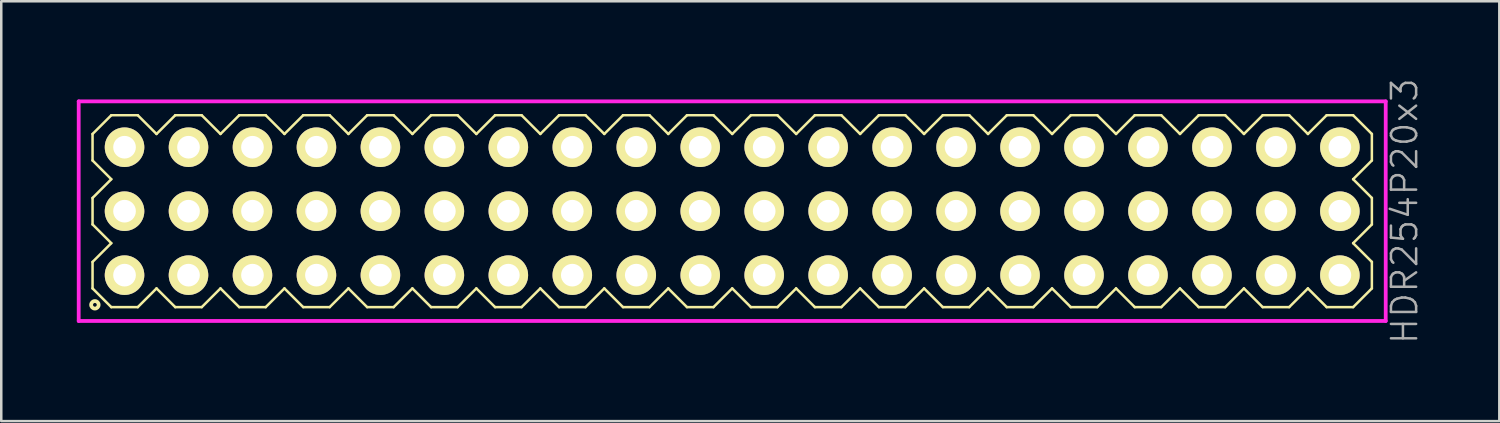
<source format=kicad_pcb>
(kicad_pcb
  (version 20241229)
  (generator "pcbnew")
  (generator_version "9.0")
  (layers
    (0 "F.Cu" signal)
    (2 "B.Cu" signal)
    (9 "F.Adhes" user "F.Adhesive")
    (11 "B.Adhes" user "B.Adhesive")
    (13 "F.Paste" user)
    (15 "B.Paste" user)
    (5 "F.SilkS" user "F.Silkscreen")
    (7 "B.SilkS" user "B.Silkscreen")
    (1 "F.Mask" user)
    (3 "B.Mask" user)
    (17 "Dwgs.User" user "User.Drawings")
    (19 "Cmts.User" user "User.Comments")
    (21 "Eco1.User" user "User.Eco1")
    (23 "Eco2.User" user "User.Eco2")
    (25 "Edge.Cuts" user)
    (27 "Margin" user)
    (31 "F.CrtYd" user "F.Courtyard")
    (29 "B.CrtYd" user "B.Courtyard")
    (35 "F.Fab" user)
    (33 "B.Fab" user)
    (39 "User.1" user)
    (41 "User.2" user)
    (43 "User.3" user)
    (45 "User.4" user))
  (footprint "HDR254P20x3"
    (layer "F.Cu")
    (at 26.025 5.336)
    (property "Reference" "HDR254P20x3" (at 26.7 0 90) (layer "F.Fab") (effects (font (size 1 1) (thickness 0.1))))
    (attr through_hole)
    (fp_line (start -25.4 -3.066) (end -24.656 -3.81) (stroke (width 0.1) (type solid)) (layer "F.SilkS"))
    (fp_line (start -25.4 -2.014) (end -25.4 -3.066) (stroke (width 0.1) (type solid)) (layer "F.SilkS"))
    (fp_line (start -25.4 -0.526) (end -24.656 -1.27) (stroke (width 0.1) (type solid)) (layer "F.SilkS"))
    (fp_line (start -25.4 0.526) (end -25.4 -0.526) (stroke (width 0.1) (type solid)) (layer "F.SilkS"))
    (fp_line (start -25.4 2.014) (end -24.656 1.27) (stroke (width 0.1) (type solid)) (layer "F.SilkS"))
    (fp_line (start -25.4 3.066) (end -25.4 2.014) (stroke (width 0.1) (type solid)) (layer "F.SilkS"))
    (fp_line (start -24.656 -3.81) (end -23.604 -3.81) (stroke (width 0.1) (type solid)) (layer "F.SilkS"))
    (fp_line (start -24.656 -1.27) (end -25.4 -2.014) (stroke (width 0.1) (type solid)) (layer "F.SilkS"))
    (fp_line (start -24.656 1.27) (end -25.4 0.526) (stroke (width 0.1) (type solid)) (layer "F.SilkS"))
    (fp_line (start -24.656 3.81) (end -25.4 3.066) (stroke (width 0.1) (type solid)) (layer "F.SilkS"))
    (fp_line (start -23.604 -3.81) (end -22.86 -3.066) (stroke (width 0.1) (type solid)) (layer "F.SilkS"))
    (fp_line (start -23.604 3.81) (end -24.656 3.81) (stroke (width 0.1) (type solid)) (layer "F.SilkS"))
    (fp_line (start -22.86 -3.066) (end -22.116 -3.81) (stroke (width 0.1) (type solid)) (layer "F.SilkS"))
    (fp_line (start -22.86 3.066) (end -23.604 3.81) (stroke (width 0.1) (type solid)) (layer "F.SilkS"))
    (fp_line (start -22.116 -3.81) (end -21.064 -3.81) (stroke (width 0.1) (type solid)) (layer "F.SilkS"))
    (fp_line (start -22.116 3.81) (end -22.86 3.066) (stroke (width 0.1) (type solid)) (layer "F.SilkS"))
    (fp_line (start -21.064 -3.81) (end -20.32 -3.066) (stroke (width 0.1) (type solid)) (layer "F.SilkS"))
    (fp_line (start -21.064 3.81) (end -22.116 3.81) (stroke (width 0.1) (type solid)) (layer "F.SilkS"))
    (fp_line (start -20.32 -3.066) (end -19.576 -3.81) (stroke (width 0.1) (type solid)) (layer "F.SilkS"))
    (fp_line (start -20.32 3.066) (end -21.064 3.81) (stroke (width 0.1) (type solid)) (layer "F.SilkS"))
    (fp_line (start -19.576 -3.81) (end -18.524 -3.81) (stroke (width 0.1) (type solid)) (layer "F.SilkS"))
    (fp_line (start -19.576 3.81) (end -20.32 3.066) (stroke (width 0.1) (type solid)) (layer "F.SilkS"))
    (fp_line (start -18.524 -3.81) (end -17.78 -3.066) (stroke (width 0.1) (type solid)) (layer "F.SilkS"))
    (fp_line (start -18.524 3.81) (end -19.576 3.81) (stroke (width 0.1) (type solid)) (layer "F.SilkS"))
    (fp_line (start -17.78 -3.066) (end -17.036 -3.81) (stroke (width 0.1) (type solid)) (layer "F.SilkS"))
    (fp_line (start -17.78 3.066) (end -18.524 3.81) (stroke (width 0.1) (type solid)) (layer "F.SilkS"))
    (fp_line (start -17.036 -3.81) (end -15.984 -3.81) (stroke (width 0.1) (type solid)) (layer "F.SilkS"))
    (fp_line (start -17.036 3.81) (end -17.78 3.066) (stroke (width 0.1) (type solid)) (layer "F.SilkS"))
    (fp_line (start -15.984 -3.81) (end -15.24 -3.066) (stroke (width 0.1) (type solid)) (layer "F.SilkS"))
    (fp_line (start -15.984 3.81) (end -17.036 3.81) (stroke (width 0.1) (type solid)) (layer "F.SilkS"))
    (fp_line (start -15.24 -3.066) (end -14.496 -3.81) (stroke (width 0.1) (type solid)) (layer "F.SilkS"))
    (fp_line (start -15.24 3.066) (end -15.984 3.81) (stroke (width 0.1) (type solid)) (layer "F.SilkS"))
    (fp_line (start -14.496 -3.81) (end -13.444 -3.81) (stroke (width 0.1) (type solid)) (layer "F.SilkS"))
    (fp_line (start -14.496 3.81) (end -15.24 3.066) (stroke (width 0.1) (type solid)) (layer "F.SilkS"))
    (fp_line (start -13.444 -3.81) (end -12.7 -3.066) (stroke (width 0.1) (type solid)) (layer "F.SilkS"))
    (fp_line (start -13.444 3.81) (end -14.496 3.81) (stroke (width 0.1) (type solid)) (layer "F.SilkS"))
    (fp_line (start -12.7 -3.066) (end -11.956 -3.81) (stroke (width 0.1) (type solid)) (layer "F.SilkS"))
    (fp_line (start -12.7 3.066) (end -13.444 3.81) (stroke (width 0.1) (type solid)) (layer "F.SilkS"))
    (fp_line (start -11.956 -3.81) (end -10.904 -3.81) (stroke (width 0.1) (type solid)) (layer "F.SilkS"))
    (fp_line (start -11.956 3.81) (end -12.7 3.066) (stroke (width 0.1) (type solid)) (layer "F.SilkS"))
    (fp_line (start -10.904 -3.81) (end -10.16 -3.066) (stroke (width 0.1) (type solid)) (layer "F.SilkS"))
    (fp_line (start -10.904 3.81) (end -11.956 3.81) (stroke (width 0.1) (type solid)) (layer "F.SilkS"))
    (fp_line (start -10.16 -3.066) (end -9.416 -3.81) (stroke (width 0.1) (type solid)) (layer "F.SilkS"))
    (fp_line (start -10.16 3.066) (end -10.904 3.81) (stroke (width 0.1) (type solid)) (layer "F.SilkS"))
    (fp_line (start -9.416 -3.81) (end -8.364 -3.81) (stroke (width 0.1) (type solid)) (layer "F.SilkS"))
    (fp_line (start -9.416 3.81) (end -10.16 3.066) (stroke (width 0.1) (type solid)) (layer "F.SilkS"))
    (fp_line (start -8.364 -3.81) (end -7.62 -3.066) (stroke (width 0.1) (type solid)) (layer "F.SilkS"))
    (fp_line (start -8.364 3.81) (end -9.416 3.81) (stroke (width 0.1) (type solid)) (layer "F.SilkS"))
    (fp_line (start -7.62 -3.066) (end -6.876 -3.81) (stroke (width 0.1) (type solid)) (layer "F.SilkS"))
    (fp_line (start -7.62 3.066) (end -8.364 3.81) (stroke (width 0.1) (type solid)) (layer "F.SilkS"))
    (fp_line (start -6.876 -3.81) (end -5.824 -3.81) (stroke (width 0.1) (type solid)) (layer "F.SilkS"))
    (fp_line (start -6.876 3.81) (end -7.62 3.066) (stroke (width 0.1) (type solid)) (layer "F.SilkS"))
    (fp_line (start -5.824 -3.81) (end -5.08 -3.066) (stroke (width 0.1) (type solid)) (layer "F.SilkS"))
    (fp_line (start -5.824 3.81) (end -6.876 3.81) (stroke (width 0.1) (type solid)) (layer "F.SilkS"))
    (fp_line (start -5.08 -3.066) (end -4.336 -3.81) (stroke (width 0.1) (type solid)) (layer "F.SilkS"))
    (fp_line (start -5.08 3.066) (end -5.824 3.81) (stroke (width 0.1) (type solid)) (layer "F.SilkS"))
    (fp_line (start -4.336 -3.81) (end -3.284 -3.81) (stroke (width 0.1) (type solid)) (layer "F.SilkS"))
    (fp_line (start -4.336 3.81) (end -5.08 3.066) (stroke (width 0.1) (type solid)) (layer "F.SilkS"))
    (fp_line (start -3.284 -3.81) (end -2.54 -3.066) (stroke (width 0.1) (type solid)) (layer "F.SilkS"))
    (fp_line (start -3.284 3.81) (end -4.336 3.81) (stroke (width 0.1) (type solid)) (layer "F.SilkS"))
    (fp_line (start -2.54 -3.066) (end -1.796 -3.81) (stroke (width 0.1) (type solid)) (layer "F.SilkS"))
    (fp_line (start -2.54 3.066) (end -3.284 3.81) (stroke (width 0.1) (type solid)) (layer "F.SilkS"))
    (fp_line (start -1.796 -3.81) (end -0.744 -3.81) (stroke (width 0.1) (type solid)) (layer "F.SilkS"))
    (fp_line (start -1.796 3.81) (end -2.54 3.066) (stroke (width 0.1) (type solid)) (layer "F.SilkS"))
    (fp_line (start -0.744 -3.81) (end 0 -3.066) (stroke (width 0.1) (type solid)) (layer "F.SilkS"))
    (fp_line (start -0.744 3.81) (end -1.796 3.81) (stroke (width 0.1) (type solid)) (layer "F.SilkS"))
    (fp_line (start 0 -3.066) (end 0.744 -3.81) (stroke (width 0.1) (type solid)) (layer "F.SilkS"))
    (fp_line (start 0 3.066) (end -0.744 3.81) (stroke (width 0.1) (type solid)) (layer "F.SilkS"))
    (fp_line (start 0.744 -3.81) (end 1.796 -3.81) (stroke (width 0.1) (type solid)) (layer "F.SilkS"))
    (fp_line (start 0.744 3.81) (end 0 3.066) (stroke (width 0.1) (type solid)) (layer "F.SilkS"))
    (fp_line (start 1.796 -3.81) (end 2.54 -3.066) (stroke (width 0.1) (type solid)) (layer "F.SilkS"))
    (fp_line (start 1.796 3.81) (end 0.744 3.81) (stroke (width 0.1) (type solid)) (layer "F.SilkS"))
    (fp_line (start 2.54 -3.066) (end 3.284 -3.81) (stroke (width 0.1) (type solid)) (layer "F.SilkS"))
    (fp_line (start 2.54 3.066) (end 1.796 3.81) (stroke (width 0.1) (type solid)) (layer "F.SilkS"))
    (fp_line (start 3.284 -3.81) (end 4.336 -3.81) (stroke (width 0.1) (type solid)) (layer "F.SilkS"))
    (fp_line (start 3.284 3.81) (end 2.54 3.066) (stroke (width 0.1) (type solid)) (layer "F.SilkS"))
    (fp_line (start 4.336 -3.81) (end 5.08 -3.066) (stroke (width 0.1) (type solid)) (layer "F.SilkS"))
    (fp_line (start 4.336 3.81) (end 3.284 3.81) (stroke (width 0.1) (type solid)) (layer "F.SilkS"))
    (fp_line (start 5.08 -3.066) (end 5.824 -3.81) (stroke (width 0.1) (type solid)) (layer "F.SilkS"))
    (fp_line (start 5.08 3.066) (end 4.336 3.81) (stroke (width 0.1) (type solid)) (layer "F.SilkS"))
    (fp_line (start 5.824 -3.81) (end 6.876 -3.81) (stroke (width 0.1) (type solid)) (layer "F.SilkS"))
    (fp_line (start 5.824 3.81) (end 5.08 3.066) (stroke (width 0.1) (type solid)) (layer "F.SilkS"))
    (fp_line (start 6.876 -3.81) (end 7.62 -3.066) (stroke (width 0.1) (type solid)) (layer "F.SilkS"))
    (fp_line (start 6.876 3.81) (end 5.824 3.81) (stroke (width 0.1) (type solid)) (layer "F.SilkS"))
    (fp_line (start 7.62 -3.066) (end 8.364 -3.81) (stroke (width 0.1) (type solid)) (layer "F.SilkS"))
    (fp_line (start 7.62 3.066) (end 6.876 3.81) (stroke (width 0.1) (type solid)) (layer "F.SilkS"))
    (fp_line (start 8.364 -3.81) (end 9.416 -3.81) (stroke (width 0.1) (type solid)) (layer "F.SilkS"))
    (fp_line (start 8.364 3.81) (end 7.62 3.066) (stroke (width 0.1) (type solid)) (layer "F.SilkS"))
    (fp_line (start 9.416 -3.81) (end 10.16 -3.066) (stroke (width 0.1) (type solid)) (layer "F.SilkS"))
    (fp_line (start 9.416 3.81) (end 8.364 3.81) (stroke (width 0.1) (type solid)) (layer "F.SilkS"))
    (fp_line (start 10.16 -3.066) (end 10.904 -3.81) (stroke (width 0.1) (type solid)) (layer "F.SilkS"))
    (fp_line (start 10.16 3.066) (end 9.416 3.81) (stroke (width 0.1) (type solid)) (layer "F.SilkS"))
    (fp_line (start 10.904 -3.81) (end 11.956 -3.81) (stroke (width 0.1) (type solid)) (layer "F.SilkS"))
    (fp_line (start 10.904 3.81) (end 10.16 3.066) (stroke (width 0.1) (type solid)) (layer "F.SilkS"))
    (fp_line (start 11.956 -3.81) (end 12.7 -3.066) (stroke (width 0.1) (type solid)) (layer "F.SilkS"))
    (fp_line (start 11.956 3.81) (end 10.904 3.81) (stroke (width 0.1) (type solid)) (layer "F.SilkS"))
    (fp_line (start 12.7 -3.066) (end 13.444 -3.81) (stroke (width 0.1) (type solid)) (layer "F.SilkS"))
    (fp_line (start 12.7 3.066) (end 11.956 3.81) (stroke (width 0.1) (type solid)) (layer "F.SilkS"))
    (fp_line (start 13.444 -3.81) (end 14.496 -3.81) (stroke (width 0.1) (type solid)) (layer "F.SilkS"))
    (fp_line (start 13.444 3.81) (end 12.7 3.066) (stroke (width 0.1) (type solid)) (layer "F.SilkS"))
    (fp_line (start 14.496 -3.81) (end 15.24 -3.066) (stroke (width 0.1) (type solid)) (layer "F.SilkS"))
    (fp_line (start 14.496 3.81) (end 13.444 3.81) (stroke (width 0.1) (type solid)) (layer "F.SilkS"))
    (fp_line (start 15.24 -3.066) (end 15.984 -3.81) (stroke (width 0.1) (type solid)) (layer "F.SilkS"))
    (fp_line (start 15.24 3.066) (end 14.496 3.81) (stroke (width 0.1) (type solid)) (layer "F.SilkS"))
    (fp_line (start 15.984 -3.81) (end 17.036 -3.81) (stroke (width 0.1) (type solid)) (layer "F.SilkS"))
    (fp_line (start 15.984 3.81) (end 15.24 3.066) (stroke (width 0.1) (type solid)) (layer "F.SilkS"))
    (fp_line (start 17.036 -3.81) (end 17.78 -3.066) (stroke (width 0.1) (type solid)) (layer "F.SilkS"))
    (fp_line (start 17.036 3.81) (end 15.984 3.81) (stroke (width 0.1) (type solid)) (layer "F.SilkS"))
    (fp_line (start 17.78 -3.066) (end 18.524 -3.81) (stroke (width 0.1) (type solid)) (layer "F.SilkS"))
    (fp_line (start 17.78 3.066) (end 17.036 3.81) (stroke (width 0.1) (type solid)) (layer "F.SilkS"))
    (fp_line (start 18.524 -3.81) (end 19.576 -3.81) (stroke (width 0.1) (type solid)) (layer "F.SilkS"))
    (fp_line (start 18.524 3.81) (end 17.78 3.066) (stroke (width 0.1) (type solid)) (layer "F.SilkS"))
    (fp_line (start 19.576 -3.81) (end 20.32 -3.066) (stroke (width 0.1) (type solid)) (layer "F.SilkS"))
    (fp_line (start 19.576 3.81) (end 18.524 3.81) (stroke (width 0.1) (type solid)) (layer "F.SilkS"))
    (fp_line (start 20.32 -3.066) (end 21.064 -3.81) (stroke (width 0.1) (type solid)) (layer "F.SilkS"))
    (fp_line (start 20.32 3.066) (end 19.576 3.81) (stroke (width 0.1) (type solid)) (layer "F.SilkS"))
    (fp_line (start 21.064 -3.81) (end 22.116 -3.81) (stroke (width 0.1) (type solid)) (layer "F.SilkS"))
    (fp_line (start 21.064 3.81) (end 20.32 3.066) (stroke (width 0.1) (type solid)) (layer "F.SilkS"))
    (fp_line (start 22.116 -3.81) (end 22.86 -3.066) (stroke (width 0.1) (type solid)) (layer "F.SilkS"))
    (fp_line (start 22.116 3.81) (end 21.064 3.81) (stroke (width 0.1) (type solid)) (layer "F.SilkS"))
    (fp_line (start 22.86 -3.066) (end 23.604 -3.81) (stroke (width 0.1) (type solid)) (layer "F.SilkS"))
    (fp_line (start 22.86 3.066) (end 22.116 3.81) (stroke (width 0.1) (type solid)) (layer "F.SilkS"))
    (fp_line (start 23.604 -3.81) (end 24.656 -3.81) (stroke (width 0.1) (type solid)) (layer "F.SilkS"))
    (fp_line (start 23.604 3.81) (end 22.86 3.066) (stroke (width 0.1) (type solid)) (layer "F.SilkS"))
    (fp_line (start 24.656 -3.81) (end 25.4 -3.066) (stroke (width 0.1) (type solid)) (layer "F.SilkS"))
    (fp_line (start 24.656 -1.27) (end 25.4 -0.526) (stroke (width 0.1) (type solid)) (layer "F.SilkS"))
    (fp_line (start 24.656 1.27) (end 25.4 2.014) (stroke (width 0.1) (type solid)) (layer "F.SilkS"))
    (fp_line (start 24.656 3.81) (end 23.604 3.81) (stroke (width 0.1) (type solid)) (layer "F.SilkS"))
    (fp_line (start 25.4 -3.066) (end 25.4 -2.014) (stroke (width 0.1) (type solid)) (layer "F.SilkS"))
    (fp_line (start 25.4 -2.014) (end 24.656 -1.27) (stroke (width 0.1) (type solid)) (layer "F.SilkS"))
    (fp_line (start 25.4 -0.526) (end 25.4 0.526) (stroke (width 0.1) (type solid)) (layer "F.SilkS"))
    (fp_line (start 25.4 0.526) (end 24.656 1.27) (stroke (width 0.1) (type solid)) (layer "F.SilkS"))
    (fp_line (start 25.4 2.014) (end 25.4 3.066) (stroke (width 0.1) (type solid)) (layer "F.SilkS"))
    (fp_line (start 25.4 3.066) (end 24.656 3.81) (stroke (width 0.1) (type solid)) (layer "F.SilkS"))
    (fp_circle (center -25.307 3.718) (end -25.158 3.718) (stroke (width 0.15) (type solid)) (fill no) (layer "F.SilkS"))
    (fp_line (start -25.95 -4.36) (end -25.95 4.36) (stroke (width 0.15) (type solid)) (layer "F.CrtYd"))
    (fp_line (start -25.95 4.36) (end 25.95 4.36) (stroke (width 0.15) (type solid)) (layer "F.CrtYd"))
    (fp_line (start 25.95 -4.36) (end -25.95 -4.36) (stroke (width 0.15) (type solid)) (layer "F.CrtYd"))
    (fp_line (start 25.95 4.36) (end 25.95 -4.36) (stroke (width 0.15) (type solid)) (layer "F.CrtYd"))
    (pad "1" thru_hole oval (at -24.13 2.54) (size 1.57 1.57) (drill 0.9) (layers "*.Cu" "*.Mask" "F.SilkS"))
    (pad "2" thru_hole oval (at -24.13 0) (size 1.57 1.57) (drill 0.9) (layers "*.Cu" "*.Mask" "F.SilkS"))
    (pad "3" thru_hole oval (at -24.13 -2.54) (size 1.57 1.57) (drill 0.9) (layers "*.Cu" "*.Mask" "F.SilkS"))
    (pad "4" thru_hole oval (at -21.59 2.54) (size 1.57 1.57) (drill 0.9) (layers "*.Cu" "*.Mask" "F.SilkS"))
    (pad "5" thru_hole oval (at -21.59 0) (size 1.57 1.57) (drill 0.9) (layers "*.Cu" "*.Mask" "F.SilkS"))
    (pad "6" thru_hole oval (at -21.59 -2.54) (size 1.57 1.57) (drill 0.9) (layers "*.Cu" "*.Mask" "F.SilkS"))
    (pad "7" thru_hole oval (at -19.05 2.54) (size 1.57 1.57) (drill 0.9) (layers "*.Cu" "*.Mask" "F.SilkS"))
    (pad "8" thru_hole oval (at -19.05 0) (size 1.57 1.57) (drill 0.9) (layers "*.Cu" "*.Mask" "F.SilkS"))
    (pad "9" thru_hole oval (at -19.05 -2.54) (size 1.57 1.57) (drill 0.9) (layers "*.Cu" "*.Mask" "F.SilkS"))
    (pad "10" thru_hole oval (at -16.51 2.54) (size 1.57 1.57) (drill 0.9) (layers "*.Cu" "*.Mask" "F.SilkS"))
    (pad "11" thru_hole oval (at -16.51 0) (size 1.57 1.57) (drill 0.9) (layers "*.Cu" "*.Mask" "F.SilkS"))
    (pad "12" thru_hole oval (at -16.51 -2.54) (size 1.57 1.57) (drill 0.9) (layers "*.Cu" "*.Mask" "F.SilkS"))
    (pad "13" thru_hole oval (at -13.97 2.54) (size 1.57 1.57) (drill 0.9) (layers "*.Cu" "*.Mask" "F.SilkS"))
    (pad "14" thru_hole oval (at -13.97 0) (size 1.57 1.57) (drill 0.9) (layers "*.Cu" "*.Mask" "F.SilkS"))
    (pad "15" thru_hole oval (at -13.97 -2.54) (size 1.57 1.57) (drill 0.9) (layers "*.Cu" "*.Mask" "F.SilkS"))
    (pad "16" thru_hole oval (at -11.43 2.54) (size 1.57 1.57) (drill 0.9) (layers "*.Cu" "*.Mask" "F.SilkS"))
    (pad "17" thru_hole oval (at -11.43 0) (size 1.57 1.57) (drill 0.9) (layers "*.Cu" "*.Mask" "F.SilkS"))
    (pad "18" thru_hole oval (at -11.43 -2.54) (size 1.57 1.57) (drill 0.9) (layers "*.Cu" "*.Mask" "F.SilkS"))
    (pad "19" thru_hole oval (at -8.89 2.54) (size 1.57 1.57) (drill 0.9) (layers "*.Cu" "*.Mask" "F.SilkS"))
    (pad "20" thru_hole oval (at -8.89 0) (size 1.57 1.57) (drill 0.9) (layers "*.Cu" "*.Mask" "F.SilkS"))
    (pad "21" thru_hole oval (at -8.89 -2.54) (size 1.57 1.57) (drill 0.9) (layers "*.Cu" "*.Mask" "F.SilkS"))
    (pad "22" thru_hole oval (at -6.35 2.54) (size 1.57 1.57) (drill 0.9) (layers "*.Cu" "*.Mask" "F.SilkS"))
    (pad "23" thru_hole oval (at -6.35 0) (size 1.57 1.57) (drill 0.9) (layers "*.Cu" "*.Mask" "F.SilkS"))
    (pad "24" thru_hole oval (at -6.35 -2.54) (size 1.57 1.57) (drill 0.9) (layers "*.Cu" "*.Mask" "F.SilkS"))
    (pad "25" thru_hole oval (at -3.81 2.54) (size 1.57 1.57) (drill 0.9) (layers "*.Cu" "*.Mask" "F.SilkS"))
    (pad "26" thru_hole oval (at -3.81 0) (size 1.57 1.57) (drill 0.9) (layers "*.Cu" "*.Mask" "F.SilkS"))
    (pad "27" thru_hole oval (at -3.81 -2.54) (size 1.57 1.57) (drill 0.9) (layers "*.Cu" "*.Mask" "F.SilkS"))
    (pad "28" thru_hole oval (at -1.27 2.54) (size 1.57 1.57) (drill 0.9) (layers "*.Cu" "*.Mask" "F.SilkS"))
    (pad "29" thru_hole oval (at -1.27 0) (size 1.57 1.57) (drill 0.9) (layers "*.Cu" "*.Mask" "F.SilkS"))
    (pad "30" thru_hole oval (at -1.27 -2.54) (size 1.57 1.57) (drill 0.9) (layers "*.Cu" "*.Mask" "F.SilkS"))
    (pad "31" thru_hole oval (at 1.27 2.54) (size 1.57 1.57) (drill 0.9) (layers "*.Cu" "*.Mask" "F.SilkS"))
    (pad "32" thru_hole oval (at 1.27 0) (size 1.57 1.57) (drill 0.9) (layers "*.Cu" "*.Mask" "F.SilkS"))
    (pad "33" thru_hole oval (at 1.27 -2.54) (size 1.57 1.57) (drill 0.9) (layers "*.Cu" "*.Mask" "F.SilkS"))
    (pad "34" thru_hole oval (at 3.81 2.54) (size 1.57 1.57) (drill 0.9) (layers "*.Cu" "*.Mask" "F.SilkS"))
    (pad "35" thru_hole oval (at 3.81 0) (size 1.57 1.57) (drill 0.9) (layers "*.Cu" "*.Mask" "F.SilkS"))
    (pad "36" thru_hole oval (at 3.81 -2.54) (size 1.57 1.57) (drill 0.9) (layers "*.Cu" "*.Mask" "F.SilkS"))
    (pad "37" thru_hole oval (at 6.35 2.54) (size 1.57 1.57) (drill 0.9) (layers "*.Cu" "*.Mask" "F.SilkS"))
    (pad "38" thru_hole oval (at 6.35 0) (size 1.57 1.57) (drill 0.9) (layers "*.Cu" "*.Mask" "F.SilkS"))
    (pad "39" thru_hole oval (at 6.35 -2.54) (size 1.57 1.57) (drill 0.9) (layers "*.Cu" "*.Mask" "F.SilkS"))
    (pad "40" thru_hole oval (at 8.89 2.54) (size 1.57 1.57) (drill 0.9) (layers "*.Cu" "*.Mask" "F.SilkS"))
    (pad "41" thru_hole oval (at 8.89 0) (size 1.57 1.57) (drill 0.9) (layers "*.Cu" "*.Mask" "F.SilkS"))
    (pad "42" thru_hole oval (at 8.89 -2.54) (size 1.57 1.57) (drill 0.9) (layers "*.Cu" "*.Mask" "F.SilkS"))
    (pad "43" thru_hole oval (at 11.43 2.54) (size 1.57 1.57) (drill 0.9) (layers "*.Cu" "*.Mask" "F.SilkS"))
    (pad "44" thru_hole oval (at 11.43 0) (size 1.57 1.57) (drill 0.9) (layers "*.Cu" "*.Mask" "F.SilkS"))
    (pad "45" thru_hole oval (at 11.43 -2.54) (size 1.57 1.57) (drill 0.9) (layers "*.Cu" "*.Mask" "F.SilkS"))
    (pad "46" thru_hole oval (at 13.97 2.54) (size 1.57 1.57) (drill 0.9) (layers "*.Cu" "*.Mask" "F.SilkS"))
    (pad "47" thru_hole oval (at 13.97 0) (size 1.57 1.57) (drill 0.9) (layers "*.Cu" "*.Mask" "F.SilkS"))
    (pad "48" thru_hole oval (at 13.97 -2.54) (size 1.57 1.57) (drill 0.9) (layers "*.Cu" "*.Mask" "F.SilkS"))
    (pad "49" thru_hole oval (at 16.51 2.54) (size 1.57 1.57) (drill 0.9) (layers "*.Cu" "*.Mask" "F.SilkS"))
    (pad "50" thru_hole oval (at 16.51 0) (size 1.57 1.57) (drill 0.9) (layers "*.Cu" "*.Mask" "F.SilkS"))
    (pad "51" thru_hole oval (at 16.51 -2.54) (size 1.57 1.57) (drill 0.9) (layers "*.Cu" "*.Mask" "F.SilkS"))
    (pad "52" thru_hole oval (at 19.05 2.54) (size 1.57 1.57) (drill 0.9) (layers "*.Cu" "*.Mask" "F.SilkS"))
    (pad "53" thru_hole oval (at 19.05 0) (size 1.57 1.57) (drill 0.9) (layers "*.Cu" "*.Mask" "F.SilkS"))
    (pad "54" thru_hole oval (at 19.05 -2.54) (size 1.57 1.57) (drill 0.9) (layers "*.Cu" "*.Mask" "F.SilkS"))
    (pad "55" thru_hole oval (at 21.59 2.54) (size 1.57 1.57) (drill 0.9) (layers "*.Cu" "*.Mask" "F.SilkS"))
    (pad "56" thru_hole oval (at 21.59 0) (size 1.57 1.57) (drill 0.9) (layers "*.Cu" "*.Mask" "F.SilkS"))
    (pad "57" thru_hole oval (at 21.59 -2.54) (size 1.57 1.57) (drill 0.9) (layers "*.Cu" "*.Mask" "F.SilkS"))
    (pad "58" thru_hole oval (at 24.13 2.54) (size 1.57 1.57) (drill 0.9) (layers "*.Cu" "*.Mask" "F.SilkS"))
    (pad "59" thru_hole oval (at 24.13 0) (size 1.57 1.57) (drill 0.9) (layers "*.Cu" "*.Mask" "F.SilkS"))
    (pad "60" thru_hole oval (at 24.13 -2.54) (size 1.57 1.57) (drill 0.9) (layers "*.Cu" "*.Mask" "F.SilkS")))
  (gr_rect
    (start -3 -3)
    (end 56.486 13.671)
    (stroke (width 0.1) (type default))
    (fill no)
    (layer "Edge.Cuts")))
</source>
